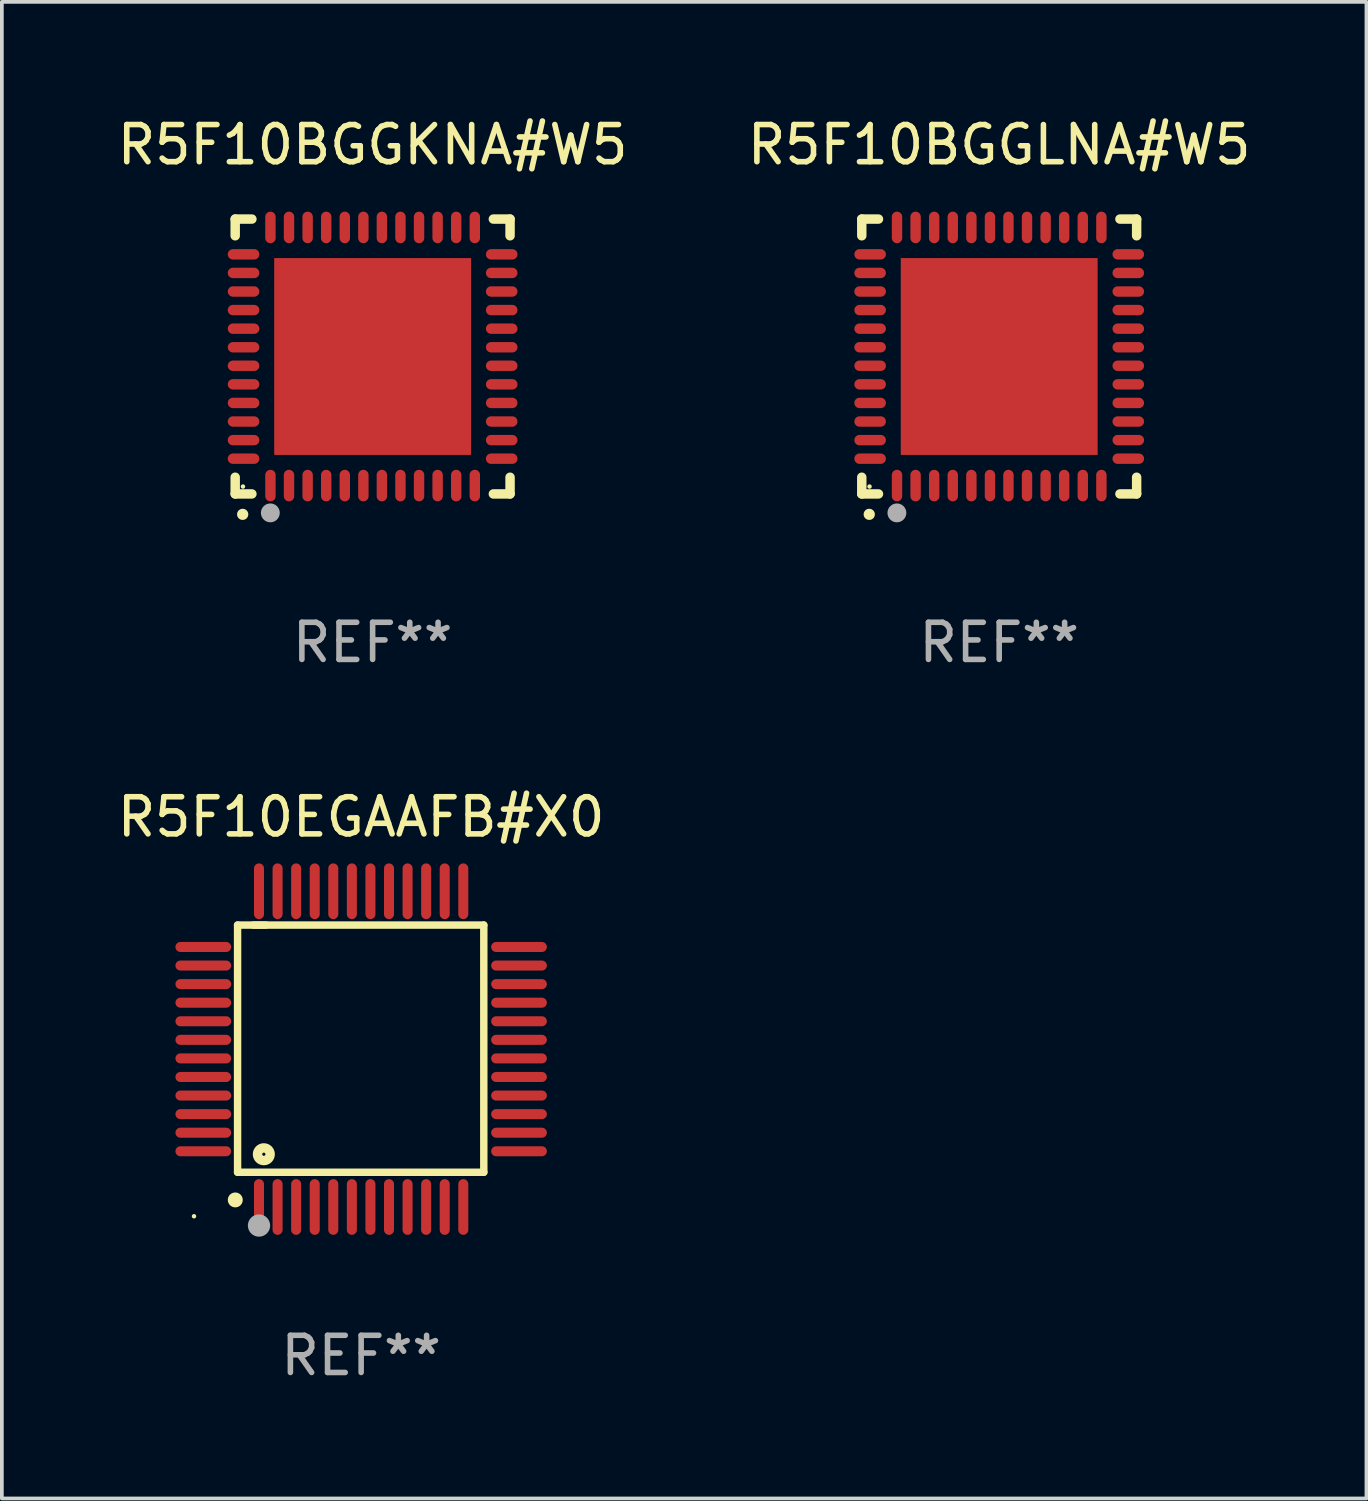
<source format=kicad_pcb>
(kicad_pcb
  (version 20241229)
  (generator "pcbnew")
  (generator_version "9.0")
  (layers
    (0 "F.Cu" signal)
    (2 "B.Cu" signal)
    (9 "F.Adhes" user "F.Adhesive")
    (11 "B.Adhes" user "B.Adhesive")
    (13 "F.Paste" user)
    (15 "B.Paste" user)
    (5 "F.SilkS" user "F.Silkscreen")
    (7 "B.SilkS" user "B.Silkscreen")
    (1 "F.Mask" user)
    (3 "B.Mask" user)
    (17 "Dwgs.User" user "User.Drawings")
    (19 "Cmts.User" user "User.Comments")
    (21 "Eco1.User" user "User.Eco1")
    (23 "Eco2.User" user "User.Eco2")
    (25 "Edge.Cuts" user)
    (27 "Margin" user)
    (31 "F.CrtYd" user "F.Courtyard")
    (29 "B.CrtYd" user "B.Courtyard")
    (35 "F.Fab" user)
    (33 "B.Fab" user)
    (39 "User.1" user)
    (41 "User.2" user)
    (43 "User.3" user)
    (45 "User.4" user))
  (footprint "R5F10BGGKNA#W5"
    (layer "F.Cu")
    (at 6.982 6.548)
    (property "Reference" "R5F10BGGKNA#W5" (at 0 -5.7 0) (layer "F.SilkS") (effects (font (size 1 1) (thickness 0.15))))
    (attr through_hole)
    (fp_line (start -3.7 -3.7) (end -3.25 -3.7) (stroke (width 0.254) (type solid)) (layer "F.SilkS"))
    (fp_line (start -3.7 -3.25) (end -3.7 -3.7) (stroke (width 0.254) (type solid)) (layer "F.SilkS"))
    (fp_line (start -3.7 3.7) (end -3.7 3.25) (stroke (width 0.254) (type solid)) (layer "F.SilkS"))
    (fp_line (start -3.25 3.7) (end -3.7 3.7) (stroke (width 0.254) (type solid)) (layer "F.SilkS"))
    (fp_line (start 3.25 3.7) (end 3.7 3.7) (stroke (width 0.254) (type solid)) (layer "F.SilkS"))
    (fp_line (start 3.7 -3.7) (end 3.25 -3.7) (stroke (width 0.254) (type solid)) (layer "F.SilkS"))
    (fp_line (start 3.7 -3.25) (end 3.7 -3.7) (stroke (width 0.254) (type solid)) (layer "F.SilkS"))
    (fp_line (start 3.7 3.7) (end 3.7 3.25) (stroke (width 0.254) (type solid)) (layer "F.SilkS"))
    (fp_arc (start -3.500127 4.249428) (mid -3.498857 4.249423) (end -3.497587 4.249428) (stroke (width 0.3) (type solid)) (layer "F.SilkS"))
    (fp_circle (center -3.491 3.501) (end -3.461 3.501) (stroke (width 0.06) (type solid)) (fill no) (layer "F.SilkS"))
    (fp_circle (center -2.754 4.21) (end -2.627 4.21) (stroke (width 0.254) (type solid)) (fill no) (layer "F.Fab"))
    (fp_text user "REF**" (at 0 7.7 0) (layer "F.Fab") (effects (font (size 1 1) (thickness 0.15))))
    (pad "1" smd oval (at -2.751 3.475) (size 0.28 0.85) (layers "F.Cu" "F.Mask" "F.Paste"))
    (pad "2" smd oval (at -2.251 3.475) (size 0.28 0.85) (layers "F.Cu" "F.Mask" "F.Paste"))
    (pad "3" smd oval (at -1.75 3.475) (size 0.28 0.85) (layers "F.Cu" "F.Mask" "F.Paste"))
    (pad "4" smd oval (at -1.25 3.475) (size 0.28 0.85) (layers "F.Cu" "F.Mask" "F.Paste"))
    (pad "5" smd oval (at -0.749 3.475) (size 0.28 0.85) (layers "F.Cu" "F.Mask" "F.Paste"))
    (pad "6" smd oval (at -0.249 3.475) (size 0.28 0.85) (layers "F.Cu" "F.Mask" "F.Paste"))
    (pad "7" smd oval (at 0.249 3.475) (size 0.28 0.85) (layers "F.Cu" "F.Mask" "F.Paste"))
    (pad "8" smd oval (at 0.749 3.475) (size 0.28 0.85) (layers "F.Cu" "F.Mask" "F.Paste"))
    (pad "9" smd oval (at 1.25 3.475) (size 0.28 0.85) (layers "F.Cu" "F.Mask" "F.Paste"))
    (pad "10" smd oval (at 1.75 3.475) (size 0.28 0.85) (layers "F.Cu" "F.Mask" "F.Paste"))
    (pad "11" smd oval (at 2.25 3.475) (size 0.28 0.85) (layers "F.Cu" "F.Mask" "F.Paste"))
    (pad "12" smd oval (at 2.751 3.475) (size 0.28 0.85) (layers "F.Cu" "F.Mask" "F.Paste"))
    (pad "13" smd oval (at 3.475 2.751) (size 0.85 0.28) (layers "F.Cu" "F.Mask" "F.Paste"))
    (pad "14" smd oval (at 3.475 2.251) (size 0.85 0.28) (layers "F.Cu" "F.Mask" "F.Paste"))
    (pad "15" smd oval (at 3.475 1.75) (size 0.85 0.28) (layers "F.Cu" "F.Mask" "F.Paste"))
    (pad "16" smd oval (at 3.475 1.25) (size 0.85 0.28) (layers "F.Cu" "F.Mask" "F.Paste"))
    (pad "17" smd oval (at 3.475 0.749) (size 0.85 0.28) (layers "F.Cu" "F.Mask" "F.Paste"))
    (pad "18" smd oval (at 3.475 0.249) (size 0.85 0.28) (layers "F.Cu" "F.Mask" "F.Paste"))
    (pad "19" smd oval (at 3.475 -0.249) (size 0.85 0.28) (layers "F.Cu" "F.Mask" "F.Paste"))
    (pad "20" smd oval (at 3.475 -0.749) (size 0.85 0.28) (layers "F.Cu" "F.Mask" "F.Paste"))
    (pad "21" smd oval (at 3.475 -1.25) (size 0.85 0.28) (layers "F.Cu" "F.Mask" "F.Paste"))
    (pad "22" smd oval (at 3.475 -1.75) (size 0.85 0.28) (layers "F.Cu" "F.Mask" "F.Paste"))
    (pad "23" smd oval (at 3.475 -2.25) (size 0.85 0.28) (layers "F.Cu" "F.Mask" "F.Paste"))
    (pad "24" smd oval (at 3.475 -2.751) (size 0.85 0.28) (layers "F.Cu" "F.Mask" "F.Paste"))
    (pad "25" smd oval (at 2.751 -3.475) (size 0.28 0.85) (layers "F.Cu" "F.Mask" "F.Paste"))
    (pad "26" smd oval (at 2.25 -3.475) (size 0.28 0.85) (layers "F.Cu" "F.Mask" "F.Paste"))
    (pad "27" smd oval (at 1.75 -3.475) (size 0.28 0.85) (layers "F.Cu" "F.Mask" "F.Paste"))
    (pad "28" smd oval (at 1.25 -3.475) (size 0.28 0.85) (layers "F.Cu" "F.Mask" "F.Paste"))
    (pad "29" smd oval (at 0.749 -3.475) (size 0.28 0.85) (layers "F.Cu" "F.Mask" "F.Paste"))
    (pad "30" smd oval (at 0.249 -3.475) (size 0.28 0.85) (layers "F.Cu" "F.Mask" "F.Paste"))
    (pad "31" smd oval (at -0.249 -3.475) (size 0.28 0.85) (layers "F.Cu" "F.Mask" "F.Paste"))
    (pad "32" smd oval (at -0.749 -3.475) (size 0.28 0.85) (layers "F.Cu" "F.Mask" "F.Paste"))
    (pad "33" smd oval (at -1.25 -3.475) (size 0.28 0.85) (layers "F.Cu" "F.Mask" "F.Paste"))
    (pad "34" smd oval (at -1.75 -3.475) (size 0.28 0.85) (layers "F.Cu" "F.Mask" "F.Paste"))
    (pad "35" smd oval (at -2.251 -3.475) (size 0.28 0.85) (layers "F.Cu" "F.Mask" "F.Paste"))
    (pad "36" smd oval (at -2.751 -3.475) (size 0.28 0.85) (layers "F.Cu" "F.Mask" "F.Paste"))
    (pad "37" smd oval (at -3.475 -2.751) (size 0.85 0.28) (layers "F.Cu" "F.Mask" "F.Paste"))
    (pad "38" smd oval (at -3.475 -2.25) (size 0.85 0.28) (layers "F.Cu" "F.Mask" "F.Paste"))
    (pad "39" smd oval (at -3.475 -1.75) (size 0.85 0.28) (layers "F.Cu" "F.Mask" "F.Paste"))
    (pad "40" smd oval (at -3.475 -1.25) (size 0.85 0.28) (layers "F.Cu" "F.Mask" "F.Paste"))
    (pad "41" smd oval (at -3.475 -0.749) (size 0.85 0.28) (layers "F.Cu" "F.Mask" "F.Paste"))
    (pad "42" smd oval (at -3.475 -0.249) (size 0.85 0.28) (layers "F.Cu" "F.Mask" "F.Paste"))
    (pad "43" smd oval (at -3.475 0.249) (size 0.85 0.28) (layers "F.Cu" "F.Mask" "F.Paste"))
    (pad "44" smd oval (at -3.475 0.749) (size 0.85 0.28) (layers "F.Cu" "F.Mask" "F.Paste"))
    (pad "45" smd oval (at -3.475 1.25) (size 0.85 0.28) (layers "F.Cu" "F.Mask" "F.Paste"))
    (pad "46" smd oval (at -3.475 1.75) (size 0.85 0.28) (layers "F.Cu" "F.Mask" "F.Paste"))
    (pad "47" smd oval (at -3.475 2.251) (size 0.85 0.28) (layers "F.Cu" "F.Mask" "F.Paste"))
    (pad "48" smd oval (at -3.475 2.751) (size 0.85 0.28) (layers "F.Cu" "F.Mask" "F.Paste"))
    (pad "49" smd rect (at -0.000102 0.000102) (size 5.3 5.3) (layers "F.Cu" "F.Mask" "F.Paste")))
  (footprint "R5F10EGAAFB#X0"
    (layer "F.Cu")
    (at 6.673 25.195)
    (property "Reference" "R5F10EGAAFB#X0" (at 0 -6.25 0) (layer "F.SilkS") (effects (font (size 1 1) (thickness 0.15))))
    (attr through_hole)
    (fp_line (start -3.327 -3.34) (end -2.565 -3.34) (stroke (width 0.2) (type solid)) (layer "F.SilkS"))
    (fp_line (start -3.327 3.315) (end -3.327 -3.34) (stroke (width 0.2) (type solid)) (layer "F.SilkS"))
    (fp_line (start -2.896 -3.34) (end 3.302 -3.34) (stroke (width 0.2) (type solid)) (layer "F.SilkS"))
    (fp_line (start 3.302 -3.34) (end 3.302 3.315) (stroke (width 0.2) (type solid)) (layer "F.SilkS"))
    (fp_line (start 3.302 3.315) (end -3.327 3.315) (stroke (width 0.2) (type solid)) (layer "F.SilkS"))
    (fp_arc (start -3.389992 4.059995) (mid -3.388722 4.059991) (end -3.387452 4.059995) (stroke (width 0.4) (type solid)) (layer "F.SilkS"))
    (fp_circle (center -4.5 4.5) (end -4.47 4.5) (stroke (width 0.06) (type solid)) (fill no) (layer "F.SilkS"))
    (fp_circle (center -2.62 2.83) (end -2.45 2.83) (stroke (width 0.254) (type solid)) (fill no) (layer "F.SilkS"))
    (fp_circle (center -2.75 4.75) (end -2.6 4.75) (stroke (width 0.3) (type solid)) (fill no) (layer "F.Fab"))
    (fp_text user "REF**" (at 0 8.25 0) (layer "F.Fab") (effects (font (size 1 1) (thickness 0.15))))
    (pad "1" smd oval (at -2.75 4.25) (size 0.27 1.5) (layers "F.Cu" "F.Mask" "F.Paste"))
    (pad "2" smd oval (at -2.25 4.25) (size 0.27 1.5) (layers "F.Cu" "F.Mask" "F.Paste"))
    (pad "3" smd oval (at -1.75 4.25) (size 0.27 1.5) (layers "F.Cu" "F.Mask" "F.Paste"))
    (pad "4" smd oval (at -1.25 4.25) (size 0.27 1.5) (layers "F.Cu" "F.Mask" "F.Paste"))
    (pad "5" smd oval (at -0.75 4.25) (size 0.27 1.5) (layers "F.Cu" "F.Mask" "F.Paste"))
    (pad "6" smd oval (at -0.25 4.25) (size 0.27 1.5) (layers "F.Cu" "F.Mask" "F.Paste"))
    (pad "7" smd oval (at 0.25 4.25) (size 0.27 1.5) (layers "F.Cu" "F.Mask" "F.Paste"))
    (pad "8" smd oval (at 0.75 4.25) (size 0.27 1.5) (layers "F.Cu" "F.Mask" "F.Paste"))
    (pad "9" smd oval (at 1.25 4.25) (size 0.27 1.5) (layers "F.Cu" "F.Mask" "F.Paste"))
    (pad "10" smd oval (at 1.75 4.25) (size 0.27 1.5) (layers "F.Cu" "F.Mask" "F.Paste"))
    (pad "11" smd oval (at 2.25 4.25) (size 0.27 1.5) (layers "F.Cu" "F.Mask" "F.Paste"))
    (pad "12" smd oval (at 2.75 4.25) (size 0.27 1.5) (layers "F.Cu" "F.Mask" "F.Paste"))
    (pad "13" smd oval (at 4.25 2.75) (size 1.5 0.27) (layers "F.Cu" "F.Mask" "F.Paste"))
    (pad "14" smd oval (at 4.25 2.25) (size 1.5 0.27) (layers "F.Cu" "F.Mask" "F.Paste"))
    (pad "15" smd oval (at 4.25 1.75) (size 1.5 0.27) (layers "F.Cu" "F.Mask" "F.Paste"))
    (pad "16" smd oval (at 4.25 1.25) (size 1.5 0.27) (layers "F.Cu" "F.Mask" "F.Paste"))
    (pad "17" smd oval (at 4.25 0.75) (size 1.5 0.27) (layers "F.Cu" "F.Mask" "F.Paste"))
    (pad "18" smd oval (at 4.25 0.25) (size 1.5 0.27) (layers "F.Cu" "F.Mask" "F.Paste"))
    (pad "19" smd oval (at 4.25 -0.25) (size 1.5 0.27) (layers "F.Cu" "F.Mask" "F.Paste"))
    (pad "20" smd oval (at 4.25 -0.75) (size 1.5 0.27) (layers "F.Cu" "F.Mask" "F.Paste"))
    (pad "21" smd oval (at 4.25 -1.25) (size 1.5 0.27) (layers "F.Cu" "F.Mask" "F.Paste"))
    (pad "22" smd oval (at 4.25 -1.75) (size 1.5 0.27) (layers "F.Cu" "F.Mask" "F.Paste"))
    (pad "23" smd oval (at 4.25 -2.25) (size 1.5 0.27) (layers "F.Cu" "F.Mask" "F.Paste"))
    (pad "24" smd oval (at 4.25 -2.75) (size 1.5 0.27) (layers "F.Cu" "F.Mask" "F.Paste"))
    (pad "25" smd oval (at 2.75 -4.25) (size 0.27 1.5) (layers "F.Cu" "F.Mask" "F.Paste"))
    (pad "26" smd oval (at 2.25 -4.25) (size 0.27 1.5) (layers "F.Cu" "F.Mask" "F.Paste"))
    (pad "27" smd oval (at 1.75 -4.25) (size 0.27 1.5) (layers "F.Cu" "F.Mask" "F.Paste"))
    (pad "28" smd oval (at 1.25 -4.25) (size 0.27 1.5) (layers "F.Cu" "F.Mask" "F.Paste"))
    (pad "29" smd oval (at 0.75 -4.25) (size 0.27 1.5) (layers "F.Cu" "F.Mask" "F.Paste"))
    (pad "30" smd oval (at 0.25 -4.25) (size 0.27 1.5) (layers "F.Cu" "F.Mask" "F.Paste"))
    (pad "31" smd oval (at -0.25 -4.25) (size 0.27 1.5) (layers "F.Cu" "F.Mask" "F.Paste"))
    (pad "32" smd oval (at -0.75 -4.25) (size 0.27 1.5) (layers "F.Cu" "F.Mask" "F.Paste"))
    (pad "33" smd oval (at -1.25 -4.25) (size 0.27 1.5) (layers "F.Cu" "F.Mask" "F.Paste"))
    (pad "34" smd oval (at -1.75 -4.25) (size 0.27 1.5) (layers "F.Cu" "F.Mask" "F.Paste"))
    (pad "35" smd oval (at -2.25 -4.25) (size 0.27 1.5) (layers "F.Cu" "F.Mask" "F.Paste"))
    (pad "36" smd oval (at -2.75 -4.25) (size 0.27 1.5) (layers "F.Cu" "F.Mask" "F.Paste"))
    (pad "37" smd oval (at -4.25 -2.75) (size 1.5 0.27) (layers "F.Cu" "F.Mask" "F.Paste"))
    (pad "38" smd oval (at -4.25 -2.25) (size 1.5 0.27) (layers "F.Cu" "F.Mask" "F.Paste"))
    (pad "39" smd oval (at -4.25 -1.75) (size 1.5 0.27) (layers "F.Cu" "F.Mask" "F.Paste"))
    (pad "40" smd oval (at -4.25 -1.25) (size 1.5 0.27) (layers "F.Cu" "F.Mask" "F.Paste"))
    (pad "41" smd oval (at -4.25 -0.75) (size 1.5 0.27) (layers "F.Cu" "F.Mask" "F.Paste"))
    (pad "42" smd oval (at -4.25 -0.25) (size 1.5 0.27) (layers "F.Cu" "F.Mask" "F.Paste"))
    (pad "43" smd oval (at -4.25 0.25) (size 1.5 0.27) (layers "F.Cu" "F.Mask" "F.Paste"))
    (pad "44" smd oval (at -4.25 0.75) (size 1.5 0.27) (layers "F.Cu" "F.Mask" "F.Paste"))
    (pad "45" smd oval (at -4.25 1.25) (size 1.5 0.27) (layers "F.Cu" "F.Mask" "F.Paste"))
    (pad "46" smd oval (at -4.25 1.75) (size 1.5 0.27) (layers "F.Cu" "F.Mask" "F.Paste"))
    (pad "47" smd oval (at -4.25 2.25) (size 1.5 0.27) (layers "F.Cu" "F.Mask" "F.Paste"))
    (pad "48" smd oval (at -4.25 2.75) (size 1.5 0.27) (layers "F.Cu" "F.Mask" "F.Paste")))
  (footprint "R5F10BGGLNA#W5"
    (layer "F.Cu")
    (at 23.851 6.548)
    (property "Reference" "R5F10BGGLNA#W5" (at 0 -5.7 0) (layer "F.SilkS") (effects (font (size 1 1) (thickness 0.15))))
    (attr through_hole)
    (fp_line (start -3.7 -3.7) (end -3.25 -3.7) (stroke (width 0.254) (type solid)) (layer "F.SilkS"))
    (fp_line (start -3.7 -3.25) (end -3.7 -3.7) (stroke (width 0.254) (type solid)) (layer "F.SilkS"))
    (fp_line (start -3.7 3.7) (end -3.7 3.25) (stroke (width 0.254) (type solid)) (layer "F.SilkS"))
    (fp_line (start -3.25 3.7) (end -3.7 3.7) (stroke (width 0.254) (type solid)) (layer "F.SilkS"))
    (fp_line (start 3.25 3.7) (end 3.7 3.7) (stroke (width 0.254) (type solid)) (layer "F.SilkS"))
    (fp_line (start 3.7 -3.7) (end 3.25 -3.7) (stroke (width 0.254) (type solid)) (layer "F.SilkS"))
    (fp_line (start 3.7 -3.25) (end 3.7 -3.7) (stroke (width 0.254) (type solid)) (layer "F.SilkS"))
    (fp_line (start 3.7 3.7) (end 3.7 3.25) (stroke (width 0.254) (type solid)) (layer "F.SilkS"))
    (fp_arc (start -3.500127 4.249428) (mid -3.498857 4.249423) (end -3.497587 4.249428) (stroke (width 0.3) (type solid)) (layer "F.SilkS"))
    (fp_circle (center -3.491 3.501) (end -3.461 3.501) (stroke (width 0.06) (type solid)) (fill no) (layer "F.SilkS"))
    (fp_circle (center -2.754 4.21) (end -2.627 4.21) (stroke (width 0.254) (type solid)) (fill no) (layer "F.Fab"))
    (fp_text user "REF**" (at 0 7.7 0) (layer "F.Fab") (effects (font (size 1 1) (thickness 0.15))))
    (pad "1" smd oval (at -2.751 3.475) (size 0.28 0.85) (layers "F.Cu" "F.Mask" "F.Paste"))
    (pad "2" smd oval (at -2.251 3.475) (size 0.28 0.85) (layers "F.Cu" "F.Mask" "F.Paste"))
    (pad "3" smd oval (at -1.75 3.475) (size 0.28 0.85) (layers "F.Cu" "F.Mask" "F.Paste"))
    (pad "4" smd oval (at -1.25 3.475) (size 0.28 0.85) (layers "F.Cu" "F.Mask" "F.Paste"))
    (pad "5" smd oval (at -0.749 3.475) (size 0.28 0.85) (layers "F.Cu" "F.Mask" "F.Paste"))
    (pad "6" smd oval (at -0.249 3.475) (size 0.28 0.85) (layers "F.Cu" "F.Mask" "F.Paste"))
    (pad "7" smd oval (at 0.249 3.475) (size 0.28 0.85) (layers "F.Cu" "F.Mask" "F.Paste"))
    (pad "8" smd oval (at 0.749 3.475) (size 0.28 0.85) (layers "F.Cu" "F.Mask" "F.Paste"))
    (pad "9" smd oval (at 1.25 3.475) (size 0.28 0.85) (layers "F.Cu" "F.Mask" "F.Paste"))
    (pad "10" smd oval (at 1.75 3.475) (size 0.28 0.85) (layers "F.Cu" "F.Mask" "F.Paste"))
    (pad "11" smd oval (at 2.25 3.475) (size 0.28 0.85) (layers "F.Cu" "F.Mask" "F.Paste"))
    (pad "12" smd oval (at 2.751 3.475) (size 0.28 0.85) (layers "F.Cu" "F.Mask" "F.Paste"))
    (pad "13" smd oval (at 3.475 2.751) (size 0.85 0.28) (layers "F.Cu" "F.Mask" "F.Paste"))
    (pad "14" smd oval (at 3.475 2.251) (size 0.85 0.28) (layers "F.Cu" "F.Mask" "F.Paste"))
    (pad "15" smd oval (at 3.475 1.75) (size 0.85 0.28) (layers "F.Cu" "F.Mask" "F.Paste"))
    (pad "16" smd oval (at 3.475 1.25) (size 0.85 0.28) (layers "F.Cu" "F.Mask" "F.Paste"))
    (pad "17" smd oval (at 3.475 0.749) (size 0.85 0.28) (layers "F.Cu" "F.Mask" "F.Paste"))
    (pad "18" smd oval (at 3.475 0.249) (size 0.85 0.28) (layers "F.Cu" "F.Mask" "F.Paste"))
    (pad "19" smd oval (at 3.475 -0.249) (size 0.85 0.28) (layers "F.Cu" "F.Mask" "F.Paste"))
    (pad "20" smd oval (at 3.475 -0.749) (size 0.85 0.28) (layers "F.Cu" "F.Mask" "F.Paste"))
    (pad "21" smd oval (at 3.475 -1.25) (size 0.85 0.28) (layers "F.Cu" "F.Mask" "F.Paste"))
    (pad "22" smd oval (at 3.475 -1.75) (size 0.85 0.28) (layers "F.Cu" "F.Mask" "F.Paste"))
    (pad "23" smd oval (at 3.475 -2.25) (size 0.85 0.28) (layers "F.Cu" "F.Mask" "F.Paste"))
    (pad "24" smd oval (at 3.475 -2.751) (size 0.85 0.28) (layers "F.Cu" "F.Mask" "F.Paste"))
    (pad "25" smd oval (at 2.751 -3.475) (size 0.28 0.85) (layers "F.Cu" "F.Mask" "F.Paste"))
    (pad "26" smd oval (at 2.25 -3.475) (size 0.28 0.85) (layers "F.Cu" "F.Mask" "F.Paste"))
    (pad "27" smd oval (at 1.75 -3.475) (size 0.28 0.85) (layers "F.Cu" "F.Mask" "F.Paste"))
    (pad "28" smd oval (at 1.25 -3.475) (size 0.28 0.85) (layers "F.Cu" "F.Mask" "F.Paste"))
    (pad "29" smd oval (at 0.749 -3.475) (size 0.28 0.85) (layers "F.Cu" "F.Mask" "F.Paste"))
    (pad "30" smd oval (at 0.249 -3.475) (size 0.28 0.85) (layers "F.Cu" "F.Mask" "F.Paste"))
    (pad "31" smd oval (at -0.249 -3.475) (size 0.28 0.85) (layers "F.Cu" "F.Mask" "F.Paste"))
    (pad "32" smd oval (at -0.749 -3.475) (size 0.28 0.85) (layers "F.Cu" "F.Mask" "F.Paste"))
    (pad "33" smd oval (at -1.25 -3.475) (size 0.28 0.85) (layers "F.Cu" "F.Mask" "F.Paste"))
    (pad "34" smd oval (at -1.75 -3.475) (size 0.28 0.85) (layers "F.Cu" "F.Mask" "F.Paste"))
    (pad "35" smd oval (at -2.251 -3.475) (size 0.28 0.85) (layers "F.Cu" "F.Mask" "F.Paste"))
    (pad "36" smd oval (at -2.751 -3.475) (size 0.28 0.85) (layers "F.Cu" "F.Mask" "F.Paste"))
    (pad "37" smd oval (at -3.475 -2.751) (size 0.85 0.28) (layers "F.Cu" "F.Mask" "F.Paste"))
    (pad "38" smd oval (at -3.475 -2.25) (size 0.85 0.28) (layers "F.Cu" "F.Mask" "F.Paste"))
    (pad "39" smd oval (at -3.475 -1.75) (size 0.85 0.28) (layers "F.Cu" "F.Mask" "F.Paste"))
    (pad "40" smd oval (at -3.475 -1.25) (size 0.85 0.28) (layers "F.Cu" "F.Mask" "F.Paste"))
    (pad "41" smd oval (at -3.475 -0.749) (size 0.85 0.28) (layers "F.Cu" "F.Mask" "F.Paste"))
    (pad "42" smd oval (at -3.475 -0.249) (size 0.85 0.28) (layers "F.Cu" "F.Mask" "F.Paste"))
    (pad "43" smd oval (at -3.475 0.249) (size 0.85 0.28) (layers "F.Cu" "F.Mask" "F.Paste"))
    (pad "44" smd oval (at -3.475 0.749) (size 0.85 0.28) (layers "F.Cu" "F.Mask" "F.Paste"))
    (pad "45" smd oval (at -3.475 1.25) (size 0.85 0.28) (layers "F.Cu" "F.Mask" "F.Paste"))
    (pad "46" smd oval (at -3.475 1.75) (size 0.85 0.28) (layers "F.Cu" "F.Mask" "F.Paste"))
    (pad "47" smd oval (at -3.475 2.251) (size 0.85 0.28) (layers "F.Cu" "F.Mask" "F.Paste"))
    (pad "48" smd oval (at -3.475 2.751) (size 0.85 0.28) (layers "F.Cu" "F.Mask" "F.Paste"))
    (pad "49" smd rect (at -0.000102 0.000102) (size 5.3 5.3) (layers "F.Cu" "F.Mask" "F.Paste")))
  (gr_rect
    (start -3 -3)
    (end 33.738 37.293)
    (stroke (width 0.1) (type default))
    (fill no)
    (layer "Edge.Cuts")))
</source>
